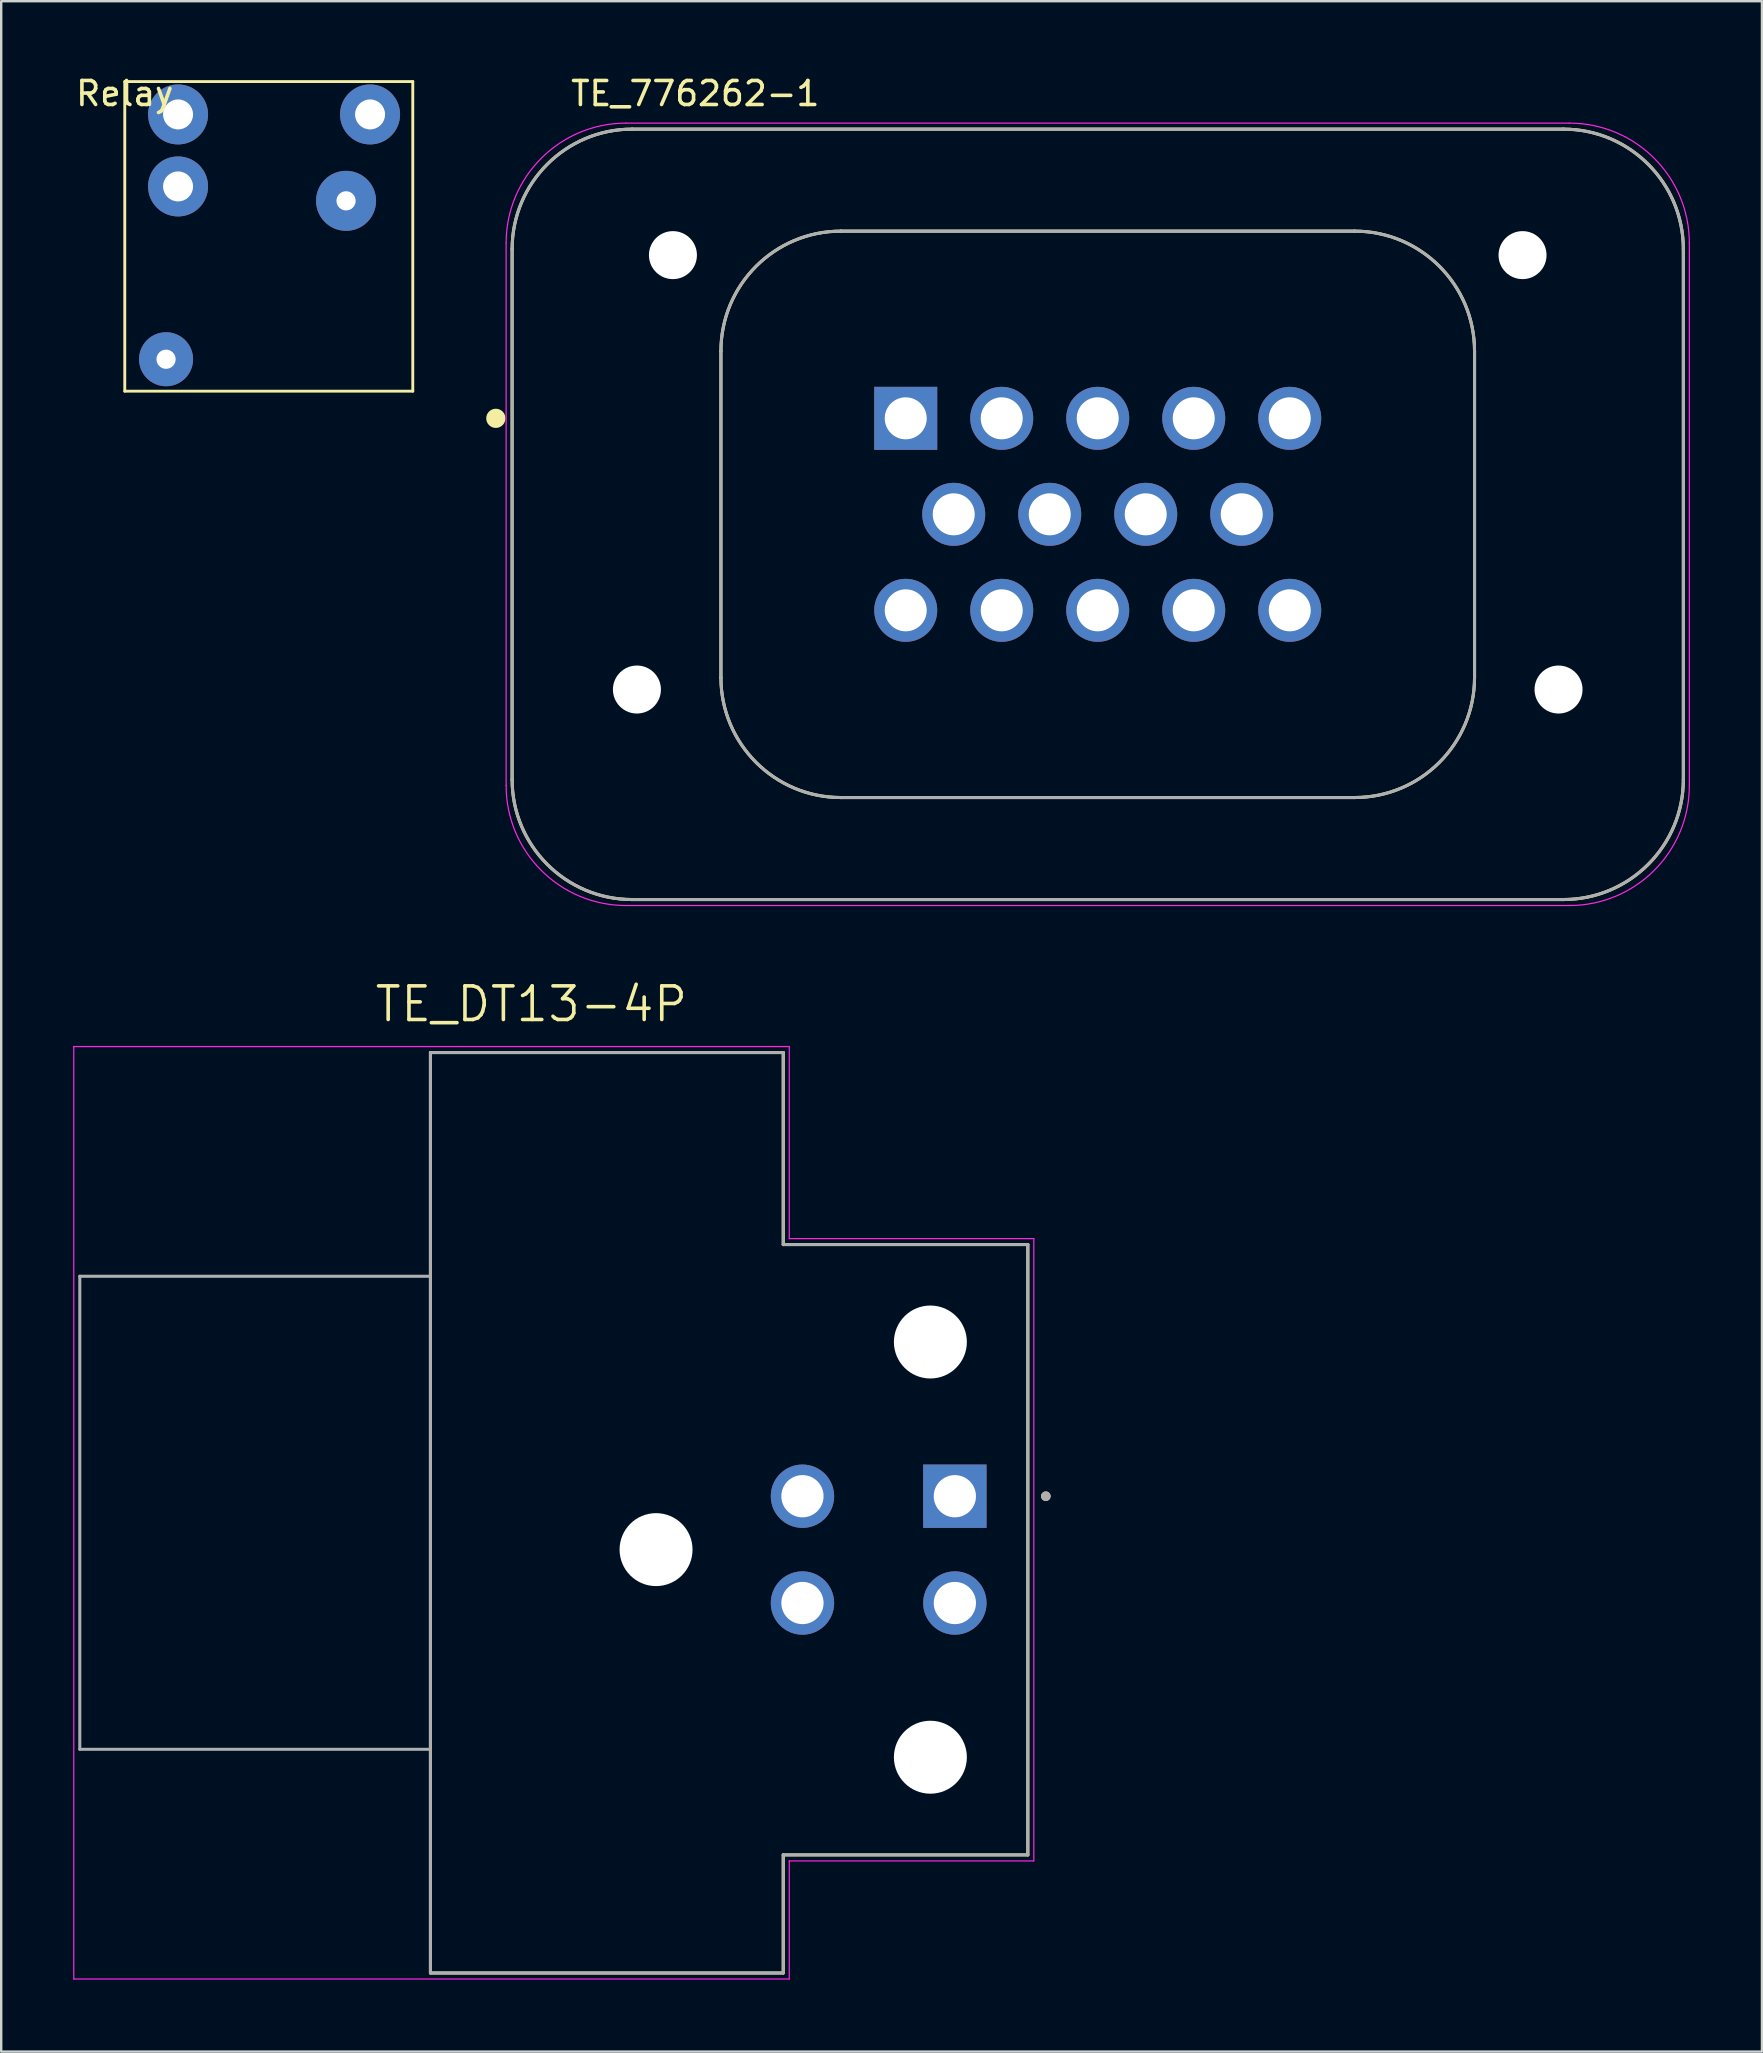
<source format=kicad_pcb>
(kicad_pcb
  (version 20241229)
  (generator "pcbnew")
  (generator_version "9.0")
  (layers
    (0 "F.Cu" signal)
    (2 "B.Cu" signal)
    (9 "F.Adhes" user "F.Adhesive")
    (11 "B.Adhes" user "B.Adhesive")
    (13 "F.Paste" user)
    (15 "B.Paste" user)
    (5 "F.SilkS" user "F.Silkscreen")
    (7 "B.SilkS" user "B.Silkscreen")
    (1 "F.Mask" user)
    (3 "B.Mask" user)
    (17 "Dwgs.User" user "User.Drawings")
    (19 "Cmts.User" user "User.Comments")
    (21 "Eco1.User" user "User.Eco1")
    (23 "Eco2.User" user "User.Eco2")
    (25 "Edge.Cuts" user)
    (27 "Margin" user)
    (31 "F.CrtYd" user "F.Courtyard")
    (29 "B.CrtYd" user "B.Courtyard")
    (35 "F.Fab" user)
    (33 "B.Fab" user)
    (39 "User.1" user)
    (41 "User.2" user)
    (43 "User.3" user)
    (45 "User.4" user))
  (footprint "Relay"
    (layer "F.Cu")
    (at 2.149 0.348)
    (property "Reference" "Relay" (at 0 0.5 0) (layer "F.SilkS") (effects (font (size 1 1) (thickness 0.15))))
    (attr through_hole)
    (fp_line (start 0 0) (end 12 0) (stroke (width 0.12) (type solid)) (layer "F.SilkS"))
    (fp_line (start 0 12.9) (end 0 0) (stroke (width 0.12) (type solid)) (layer "F.SilkS"))
    (fp_line (start 12 0) (end 12 12.9) (stroke (width 0.12) (type solid)) (layer "F.SilkS"))
    (fp_line (start 12 12.9) (end 0 12.9) (stroke (width 0.12) (type solid)) (layer "F.SilkS"))
    (pad "1" thru_hole circle (at 9.22 4.97) (size 2.5 2.5) (drill 0.8) (layers "*.Cu" "*.Mask"))
    (pad "2" thru_hole circle (at 1.72 11.57) (size 2.25 2.25) (drill 0.8) (layers "*.Cu" "*.Mask"))
    (pad "3" thru_hole circle (at 2.22 1.37) (size 2.5 2.5) (drill 1.25) (layers "*.Cu" "*.Mask"))
    (pad "4" thru_hole circle (at 10.22 1.37) (size 2.5 2.5) (drill 1.25) (layers "*.Cu" "*.Mask"))
    (pad "5" thru_hole circle (at 2.22 4.37) (size 2.5 2.5) (drill 1.25) (layers "*.Cu" "*.Mask")))
  (footprint "TE_DT13-4P"
    (layer "F.Cu")
    (at 30.385 61.516)
    (property "Reference" "TE_DT13-4P" (at -11.295 -22.729 0) (layer "F.SilkS") (effects (font (size 1.4 1.4) (thickness 0.15))))
    (attr through_hole)
    (fp_line (start -15.5 -20.71) (end -0.8 -20.71) (stroke (width 0.127) (type solid)) (layer "F.SilkS"))
    (fp_line (start -15.5 17.64) (end -15.5 -20.71) (stroke (width 0.127) (type solid)) (layer "F.SilkS"))
    (fp_line (start -0.8 -20.71) (end -0.8 -12.71) (stroke (width 0.127) (type solid)) (layer "F.SilkS"))
    (fp_line (start -0.8 12.72) (end -0.8 17.64) (stroke (width 0.127) (type solid)) (layer "F.SilkS"))
    (fp_line (start -0.8 12.72) (end 9.39 12.72) (stroke (width 0.127) (type solid)) (layer "F.SilkS"))
    (fp_line (start -0.8 17.64) (end -15.5 17.64) (stroke (width 0.127) (type solid)) (layer "F.SilkS"))
    (fp_line (start 9.39 -12.71) (end -0.8 -12.71) (stroke (width 0.127) (type solid)) (layer "F.SilkS"))
    (fp_line (start 9.39 12.72) (end 9.39 -12.71) (stroke (width 0.127) (type solid)) (layer "F.SilkS"))
    (fp_circle (center 10.14 -2.225) (end 10.24 -2.225) (stroke (width 0.2) (type solid)) (fill no) (layer "F.SilkS"))
    (fp_line (start -30.36 -20.96) (end -30.36 17.89) (stroke (width 0.05) (type solid)) (layer "F.CrtYd"))
    (fp_line (start -30.36 17.89) (end -0.55 17.89) (stroke (width 0.05) (type solid)) (layer "F.CrtYd"))
    (fp_line (start -0.55 -20.96) (end -30.36 -20.96) (stroke (width 0.05) (type solid)) (layer "F.CrtYd"))
    (fp_line (start -0.55 -12.96) (end -0.55 -20.96) (stroke (width 0.05) (type solid)) (layer "F.CrtYd"))
    (fp_line (start -0.55 12.97) (end 9.64 12.97) (stroke (width 0.05) (type solid)) (layer "F.CrtYd"))
    (fp_line (start -0.55 17.89) (end -0.55 12.97) (stroke (width 0.05) (type solid)) (layer "F.CrtYd"))
    (fp_line (start 9.64 -12.96) (end -0.55 -12.96) (stroke (width 0.05) (type solid)) (layer "F.CrtYd"))
    (fp_line (start 9.64 12.97) (end 9.64 -12.96) (stroke (width 0.05) (type solid)) (layer "F.CrtYd"))
    (fp_line (start -30.11 -11.39) (end -15.5 -11.39) (stroke (width 0.127) (type solid)) (layer "F.Fab"))
    (fp_line (start -30.11 8.32) (end -30.11 -11.39) (stroke (width 0.127) (type solid)) (layer "F.Fab"))
    (fp_line (start -15.5 -20.71) (end -0.8 -20.71) (stroke (width 0.127) (type solid)) (layer "F.Fab"))
    (fp_line (start -15.5 -11.39) (end -15.5 -20.71) (stroke (width 0.127) (type solid)) (layer "F.Fab"))
    (fp_line (start -15.5 8.32) (end -30.11 8.32) (stroke (width 0.127) (type solid)) (layer "F.Fab"))
    (fp_line (start -15.5 8.32) (end -15.5 -11.39) (stroke (width 0.127) (type solid)) (layer "F.Fab"))
    (fp_line (start -15.5 17.64) (end -15.5 8.32) (stroke (width 0.127) (type solid)) (layer "F.Fab"))
    (fp_line (start -0.8 -20.71) (end -0.8 -12.71) (stroke (width 0.127) (type solid)) (layer "F.Fab"))
    (fp_line (start -0.8 12.72) (end -0.8 17.64) (stroke (width 0.127) (type solid)) (layer "F.Fab"))
    (fp_line (start -0.8 12.72) (end 9.39 12.72) (stroke (width 0.127) (type solid)) (layer "F.Fab"))
    (fp_line (start -0.8 17.64) (end -15.5 17.64) (stroke (width 0.127) (type solid)) (layer "F.Fab"))
    (fp_line (start 9.39 -12.71) (end -0.8 -12.71) (stroke (width 0.127) (type solid)) (layer "F.Fab"))
    (fp_line (start 9.39 12.72) (end 9.39 -12.71) (stroke (width 0.127) (type solid)) (layer "F.Fab"))
    (fp_circle (center 10.14 -2.225) (end 10.24 -2.225) (stroke (width 0.2) (type solid)) (fill no) (layer "F.Fab"))
    (pad "" np_thru_hole circle (at -6.1 0) (size 3.04 3.04) (drill 3.04) (layers "*.Cu" "*.Mask"))
    (pad "" np_thru_hole circle (at 5.33 -8.65) (size 3.04 3.04) (drill 3.04) (layers "*.Cu" "*.Mask"))
    (pad "" np_thru_hole circle (at 5.33 8.65) (size 3.04 3.04) (drill 3.04) (layers "*.Cu" "*.Mask"))
    (pad "1" thru_hole rect (at 6.35 -2.225) (size 2.64 2.64) (drill 1.76) (layers "*.Cu" "*.Mask"))
    (pad "2" thru_hole circle (at 6.35 2.225) (size 2.64 2.64) (drill 1.76) (layers "*.Cu" "*.Mask"))
    (pad "3" thru_hole circle (at 0 2.225) (size 2.64 2.64) (drill 1.76) (layers "*.Cu" "*.Mask"))
    (pad "4" thru_hole circle (at 0 -2.225) (size 2.64 2.64) (drill 1.76) (layers "*.Cu" "*.Mask")))
  (footprint "TE_776262-1"
    (layer "F.Cu")
    (at 42.688 18.38)
    (property "Reference" "TE_776262-1" (at -16.769 -17.531 0) (layer "F.SilkS") (effects (font (size 1 1) (thickness 0.15))))
    (attr through_hole)
    (fp_line (start -24.4 -11.05) (end -24.4 11.05) (stroke (width 0.127) (type solid)) (layer "F.SilkS"))
    (fp_line (start -19.4 16.05) (end 19.4 16.05) (stroke (width 0.127) (type solid)) (layer "F.SilkS"))
    (fp_line (start -15.7 -6.8) (end -15.7 6.8) (stroke (width 0.127) (type solid)) (layer "F.SilkS"))
    (fp_line (start -10.7 11.8) (end 10.7 11.8) (stroke (width 0.127) (type solid)) (layer "F.SilkS"))
    (fp_line (start 10.7 -11.8) (end -10.7 -11.8) (stroke (width 0.127) (type solid)) (layer "F.SilkS"))
    (fp_line (start 15.7 6.8) (end 15.7 -6.8) (stroke (width 0.127) (type solid)) (layer "F.SilkS"))
    (fp_line (start 19.4 -16.05) (end -19.4 -16.05) (stroke (width 0.127) (type solid)) (layer "F.SilkS"))
    (fp_line (start 24.4 11.05) (end 24.4 -11.05) (stroke (width 0.127) (type solid)) (layer "F.SilkS"))
    (fp_arc (start -24.4 -11.05) (mid -22.935534 -14.585534) (end -19.4 -16.05) (stroke (width 0.127) (type solid)) (layer "F.SilkS"))
    (fp_arc (start -19.4 16.05) (mid -22.935534 14.585534) (end -24.4 11.05) (stroke (width 0.127) (type solid)) (layer "F.SilkS"))
    (fp_arc (start -15.7 -6.8) (mid -14.235534 -10.335534) (end -10.7 -11.8) (stroke (width 0.127) (type solid)) (layer "F.SilkS"))
    (fp_arc (start -10.7 11.8) (mid -14.235534 10.335534) (end -15.7 6.8) (stroke (width 0.127) (type solid)) (layer "F.SilkS"))
    (fp_arc (start 10.7 -11.8) (mid 14.235534 -10.335534) (end 15.7 -6.8) (stroke (width 0.127) (type solid)) (layer "F.SilkS"))
    (fp_arc (start 15.7 6.8) (mid 14.235534 10.335534) (end 10.7 11.8) (stroke (width 0.127) (type solid)) (layer "F.SilkS"))
    (fp_arc (start 19.4 -16.05) (mid 22.935534 -14.585534) (end 24.4 -11.05) (stroke (width 0.127) (type solid)) (layer "F.SilkS"))
    (fp_arc (start 24.4 11.05) (mid 22.935534 14.585534) (end 19.4 16.05) (stroke (width 0.127) (type solid)) (layer "F.SilkS"))
    (fp_circle (center -25.079 -4) (end -24.879 -4) (stroke (width 0.4) (type solid)) (fill no) (layer "F.SilkS"))
    (fp_line (start -24.65 11.3) (end -24.65 -11.3) (stroke (width 0.05) (type solid)) (layer "F.CrtYd"))
    (fp_line (start -19.65 -16.3) (end 19.65 -16.3) (stroke (width 0.05) (type solid)) (layer "F.CrtYd"))
    (fp_line (start 19.65 16.3) (end -19.65 16.3) (stroke (width 0.05) (type solid)) (layer "F.CrtYd"))
    (fp_line (start 24.65 -11.3) (end 24.65 11.3) (stroke (width 0.05) (type solid)) (layer "F.CrtYd"))
    (fp_arc (start -24.65 -11.3) (mid -23.185534 -14.835534) (end -19.65 -16.3) (stroke (width 0.05) (type solid)) (layer "F.CrtYd"))
    (fp_arc (start -19.65 16.3) (mid -23.185534 14.835534) (end -24.65 11.3) (stroke (width 0.05) (type solid)) (layer "F.CrtYd"))
    (fp_arc (start 19.65 -16.3) (mid 23.185534 -14.835534) (end 24.65 -11.3) (stroke (width 0.05) (type solid)) (layer "F.CrtYd"))
    (fp_arc (start 24.65 11.3) (mid 23.185534 14.835534) (end 19.65 16.3) (stroke (width 0.05) (type solid)) (layer "F.CrtYd"))
    (fp_line (start -24.4 -11.05) (end -24.4 11.05) (stroke (width 0.127) (type solid)) (layer "F.Fab"))
    (fp_line (start -19.4 16.05) (end 19.4 16.05) (stroke (width 0.127) (type solid)) (layer "F.Fab"))
    (fp_line (start -15.7 -6.8) (end -15.7 6.8) (stroke (width 0.127) (type solid)) (layer "F.Fab"))
    (fp_line (start -10.7 11.8) (end 10.7 11.8) (stroke (width 0.127) (type solid)) (layer "F.Fab"))
    (fp_line (start 10.7 -11.8) (end -10.7 -11.8) (stroke (width 0.127) (type solid)) (layer "F.Fab"))
    (fp_line (start 15.7 6.8) (end 15.7 -6.8) (stroke (width 0.127) (type solid)) (layer "F.Fab"))
    (fp_line (start 19.4 -16.05) (end -19.4 -16.05) (stroke (width 0.127) (type solid)) (layer "F.Fab"))
    (fp_line (start 24.4 11.05) (end 24.4 -11.05) (stroke (width 0.127) (type solid)) (layer "F.Fab"))
    (fp_arc (start -24.4 -11.05) (mid -22.935534 -14.585534) (end -19.4 -16.05) (stroke (width 0.127) (type solid)) (layer "F.Fab"))
    (fp_arc (start -19.4 16.05) (mid -22.935534 14.585534) (end -24.4 11.05) (stroke (width 0.127) (type solid)) (layer "F.Fab"))
    (fp_arc (start -15.7 -6.8) (mid -14.235534 -10.335534) (end -10.7 -11.8) (stroke (width 0.127) (type solid)) (layer "F.Fab"))
    (fp_arc (start -10.7 11.8) (mid -14.235534 10.335534) (end -15.7 6.8) (stroke (width 0.127) (type solid)) (layer "F.Fab"))
    (fp_arc (start 10.7 -11.8) (mid 14.235534 -10.335534) (end 15.7 -6.8) (stroke (width 0.127) (type solid)) (layer "F.Fab"))
    (fp_arc (start 15.7 6.8) (mid 14.235534 10.335534) (end 10.7 11.8) (stroke (width 0.127) (type solid)) (layer "F.Fab"))
    (fp_arc (start 19.4 -16.05) (mid 22.935534 -14.585534) (end 24.4 -11.05) (stroke (width 0.127) (type solid)) (layer "F.Fab"))
    (fp_arc (start 24.4 11.05) (mid 22.935534 14.585534) (end 19.4 16.05) (stroke (width 0.127) (type solid)) (layer "F.Fab"))
    (fp_circle (center -8 -4) (end -7.8 -4) (stroke (width 0.4) (type solid)) (fill no) (layer "F.Fab"))
    (pad "" np_thru_hole circle (at -19.2 7.3) (size 2 2) (drill 2) (layers "*.Cu" "*.Mask"))
    (pad "" np_thru_hole circle (at -17.7 -10.8) (size 2 2) (drill 2) (layers "*.Cu" "*.Mask"))
    (pad "" np_thru_hole circle (at 17.7 -10.8) (size 2 2) (drill 2) (layers "*.Cu" "*.Mask"))
    (pad "" np_thru_hole circle (at 19.2 7.3) (size 2 2) (drill 2) (layers "*.Cu" "*.Mask"))
    (pad "1" thru_hole rect (at -8 -4) (size 2.625 2.625) (drill 1.75) (layers "*.Cu" "*.Mask"))
    (pad "2" thru_hole circle (at -4 -4) (size 2.625 2.625) (drill 1.75) (layers "*.Cu" "*.Mask"))
    (pad "3" thru_hole circle (at 0 -4) (size 2.625 2.625) (drill 1.75) (layers "*.Cu" "*.Mask"))
    (pad "4" thru_hole circle (at 4 -4) (size 2.625 2.625) (drill 1.75) (layers "*.Cu" "*.Mask"))
    (pad "5" thru_hole circle (at 8 -4) (size 2.625 2.625) (drill 1.75) (layers "*.Cu" "*.Mask"))
    (pad "6" thru_hole circle (at -6 0) (size 2.625 2.625) (drill 1.75) (layers "*.Cu" "*.Mask"))
    (pad "7" thru_hole circle (at -2 0) (size 2.625 2.625) (drill 1.75) (layers "*.Cu" "*.Mask"))
    (pad "8" thru_hole circle (at 2 0) (size 2.625 2.625) (drill 1.75) (layers "*.Cu" "*.Mask"))
    (pad "9" thru_hole circle (at 6 0) (size 2.625 2.625) (drill 1.75) (layers "*.Cu" "*.Mask"))
    (pad "10" thru_hole circle (at -8 4) (size 2.625 2.625) (drill 1.75) (layers "*.Cu" "*.Mask"))
    (pad "11" thru_hole circle (at -4 4) (size 2.625 2.625) (drill 1.75) (layers "*.Cu" "*.Mask"))
    (pad "12" thru_hole circle (at 0 4) (size 2.625 2.625) (drill 1.75) (layers "*.Cu" "*.Mask"))
    (pad "13" thru_hole circle (at 4 4) (size 2.625 2.625) (drill 1.75) (layers "*.Cu" "*.Mask"))
    (pad "14" thru_hole circle (at 8 4) (size 2.625 2.625) (drill 1.75) (layers "*.Cu" "*.Mask")))
  (gr_rect
    (start -3 -3)
    (end 70.363 82.431)
    (stroke (width 0.1) (type default))
    (fill no)
    (layer "Edge.Cuts")))
</source>
